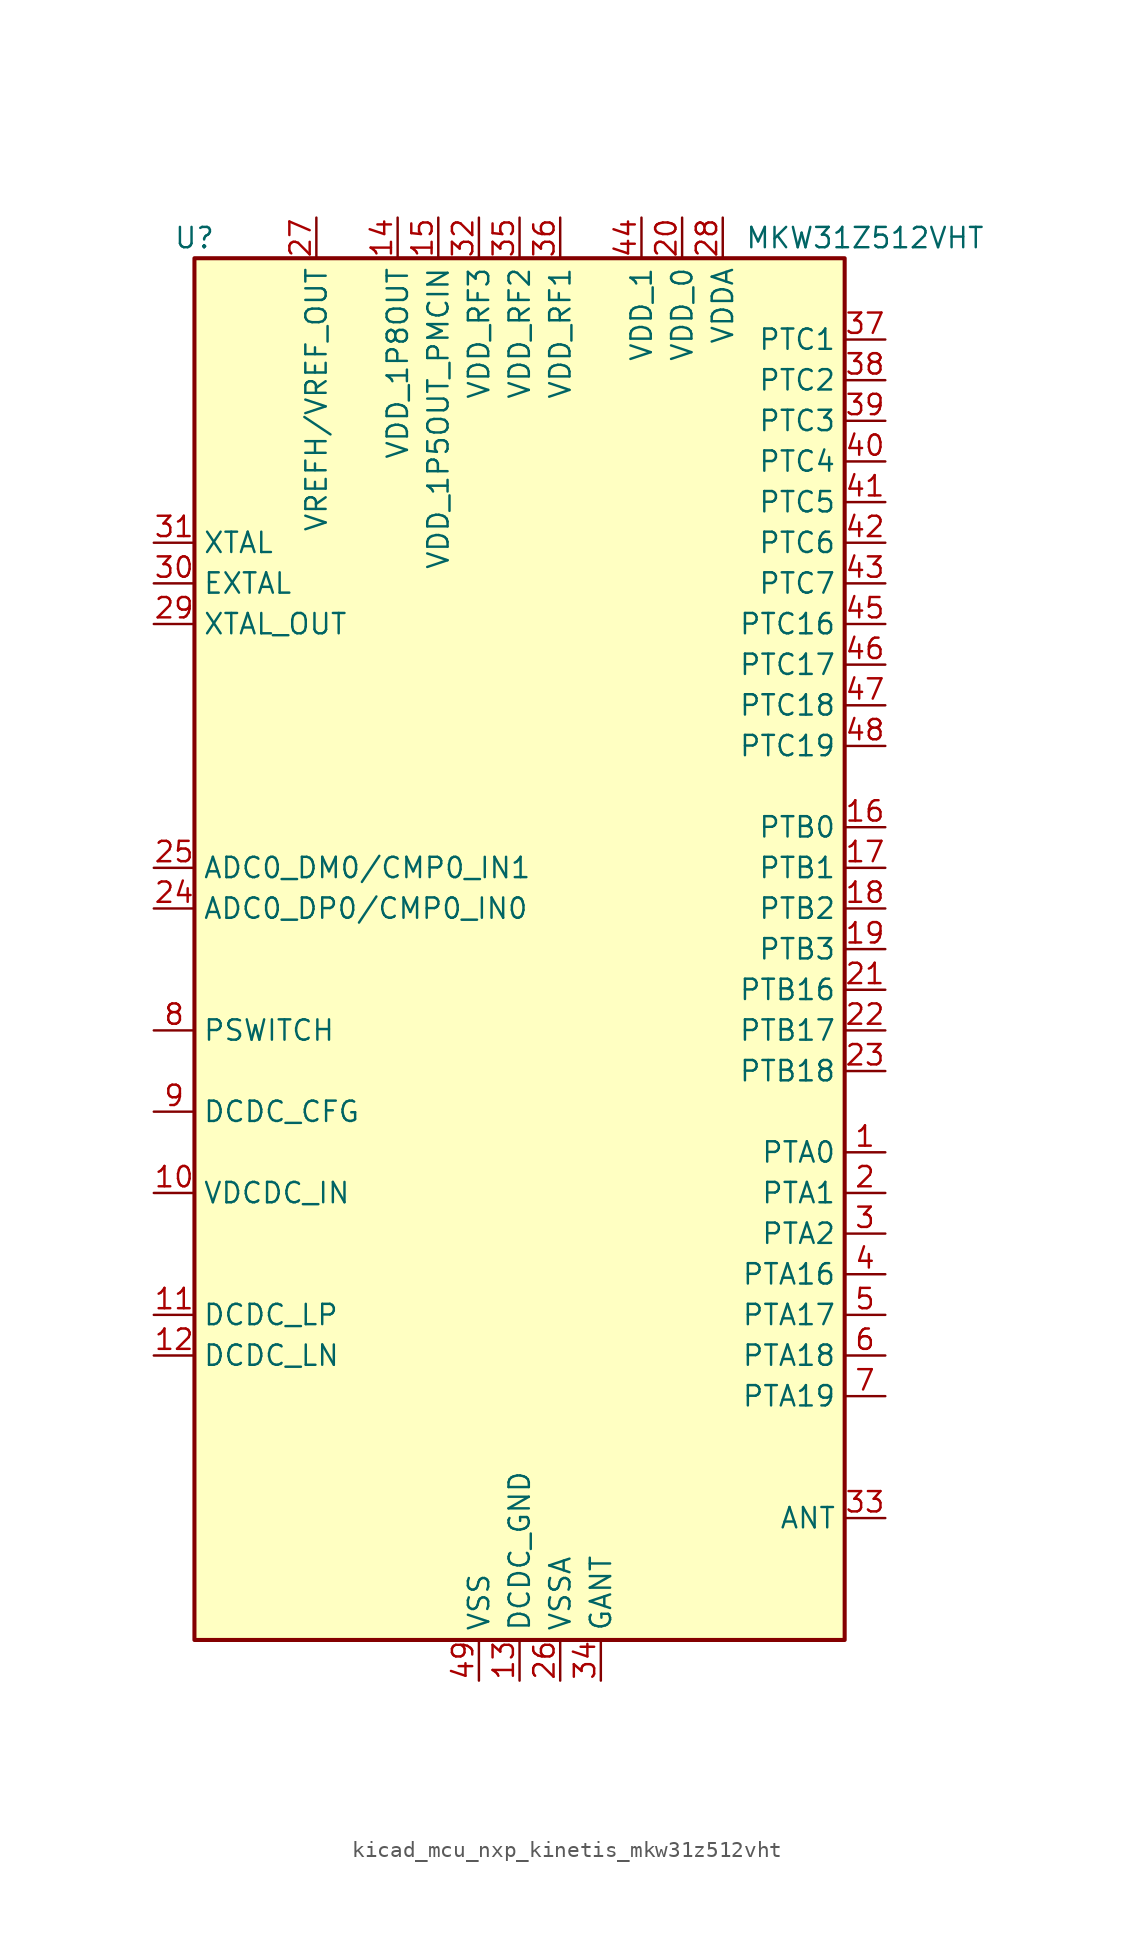
<source format=kicad_sym>
(kicad_symbol_lib
  (version 20220914)
  (generator kicad_symbol_editor)
  (symbol "kicad_mcu_nxp_kinetis_mkw31z512vht"
    (property "Reference" "U"
      (at -20.32 44.45 0)
      (effects (font (size 1.27 1.27))))
    (property "Value" "MKW31Z512VHT"
      (at 21.59 44.45 0)
      (effects (font (size 1.27 1.27))))
    (symbol "kicad_mcu_nxp_kinetis_mkw31z512vht_0_0"
      (pin bidirectional line (at 22.86 -12.7 180) (length 2.54) (name "PTA0" (effects (font (size 1.27 1.27)))) (number "1" (effects (font (size 1.27 1.27)))))
      (pin power_in line (at -22.86 -15.24 0) (length 2.54) (name "VDCDC_IN" (effects (font (size 1.27 1.27)))) (number "10" (effects (font (size 1.27 1.27)))))
      (pin passive line (at -22.86 -22.86 0) (length 2.54) (name "DCDC_LP" (effects (font (size 1.27 1.27)))) (number "11" (effects (font (size 1.27 1.27)))))
      (pin passive line (at -22.86 -25.4 0) (length 2.54) (name "DCDC_LN" (effects (font (size 1.27 1.27)))) (number "12" (effects (font (size 1.27 1.27)))))
      (pin power_in line (at 0 -45.72 90) (length 2.54) (name "DCDC_GND" (effects (font (size 1.27 1.27)))) (number "13" (effects (font (size 1.27 1.27)))))
      (pin power_out line (at -7.62 45.72 270) (length 2.54) (name "VDD_1P8OUT" (effects (font (size 1.27 1.27)))) (number "14" (effects (font (size 1.27 1.27)))))
      (pin power_out line (at -5.08 45.72 270) (length 2.54) (name "VDD_1P5OUT_PMCIN" (effects (font (size 1.27 1.27)))) (number "15" (effects (font (size 1.27 1.27)))))
      (pin bidirectional line (at 22.86 7.62 180) (length 2.54) (name "PTB0" (effects (font (size 1.27 1.27)))) (number "16" (effects (font (size 1.27 1.27)))))
      (pin bidirectional line (at 22.86 5.08 180) (length 2.54) (name "PTB1" (effects (font (size 1.27 1.27)))) (number "17" (effects (font (size 1.27 1.27)))))
      (pin bidirectional line (at 22.86 2.54 180) (length 2.54) (name "PTB2" (effects (font (size 1.27 1.27)))) (number "18" (effects (font (size 1.27 1.27)))))
      (pin bidirectional line (at 22.86 0 180) (length 2.54) (name "PTB3" (effects (font (size 1.27 1.27)))) (number "19" (effects (font (size 1.27 1.27)))))
      (pin bidirectional line (at 22.86 -15.24 180) (length 2.54) (name "PTA1" (effects (font (size 1.27 1.27)))) (number "2" (effects (font (size 1.27 1.27)))))
      (pin power_in line (at 10.16 45.72 270) (length 2.54) (name "VDD_0" (effects (font (size 1.27 1.27)))) (number "20" (effects (font (size 1.27 1.27)))))
      (pin bidirectional line (at 22.86 -2.54 180) (length 2.54) (name "PTB16" (effects (font (size 1.27 1.27)))) (number "21" (effects (font (size 1.27 1.27)))))
      (pin bidirectional line (at 22.86 -5.08 180) (length 2.54) (name "PTB17" (effects (font (size 1.27 1.27)))) (number "22" (effects (font (size 1.27 1.27)))))
      (pin bidirectional line (at 22.86 -7.62 180) (length 2.54) (name "PTB18" (effects (font (size 1.27 1.27)))) (number "23" (effects (font (size 1.27 1.27)))))
      (pin input line (at -22.86 2.54 0) (length 2.54) (name "ADC0_DP0/CMP0_IN0" (effects (font (size 1.27 1.27)))) (number "24" (effects (font (size 1.27 1.27)))))
      (pin input line (at -22.86 5.08 0) (length 2.54) (name "ADC0_DM0/CMP0_IN1" (effects (font (size 1.27 1.27)))) (number "25" (effects (font (size 1.27 1.27)))))
      (pin power_in line (at 2.54 -45.72 90) (length 2.54) (name "VSSA" (effects (font (size 1.27 1.27)))) (number "26" (effects (font (size 1.27 1.27)))))
      (pin bidirectional line (at -12.7 45.72 270) (length 2.54) (name "VREFH/VREF_OUT" (effects (font (size 1.27 1.27)))) (number "27" (effects (font (size 1.27 1.27)))))
      (pin power_in line (at 12.7 45.72 270) (length 2.54) (name "VDDA" (effects (font (size 1.27 1.27)))) (number "28" (effects (font (size 1.27 1.27)))))
      (pin output line (at -22.86 20.32 0) (length 2.54) (name "XTAL_OUT" (effects (font (size 1.27 1.27)))) (number "29" (effects (font (size 1.27 1.27)))))
      (pin bidirectional line (at 22.86 -17.78 180) (length 2.54) (name "PTA2" (effects (font (size 1.27 1.27)))) (number "3" (effects (font (size 1.27 1.27)))))
      (pin input line (at -22.86 22.86 0) (length 2.54) (name "EXTAL" (effects (font (size 1.27 1.27)))) (number "30" (effects (font (size 1.27 1.27)))))
      (pin input line (at -22.86 25.4 0) (length 2.54) (name "XTAL" (effects (font (size 1.27 1.27)))) (number "31" (effects (font (size 1.27 1.27)))))
      (pin power_in line (at -2.54 45.72 270) (length 2.54) (name "VDD_RF3" (effects (font (size 1.27 1.27)))) (number "32" (effects (font (size 1.27 1.27)))))
      (pin passive line (at 22.86 -35.56 180) (length 2.54) (name "ANT" (effects (font (size 1.27 1.27)))) (number "33" (effects (font (size 1.27 1.27)))))
      (pin power_in line (at 5.08 -45.72 90) (length 2.54) (name "GANT" (effects (font (size 1.27 1.27)))) (number "34" (effects (font (size 1.27 1.27)))))
      (pin power_in line (at 0 45.72 270) (length 2.54) (name "VDD_RF2" (effects (font (size 1.27 1.27)))) (number "35" (effects (font (size 1.27 1.27)))))
      (pin power_in line (at 2.54 45.72 270) (length 2.54) (name "VDD_RF1" (effects (font (size 1.27 1.27)))) (number "36" (effects (font (size 1.27 1.27)))))
      (pin bidirectional line (at 22.86 38.1 180) (length 2.54) (name "PTC1" (effects (font (size 1.27 1.27)))) (number "37" (effects (font (size 1.27 1.27)))))
      (pin bidirectional line (at 22.86 35.56 180) (length 2.54) (name "PTC2" (effects (font (size 1.27 1.27)))) (number "38" (effects (font (size 1.27 1.27)))))
      (pin bidirectional line (at 22.86 33.02 180) (length 2.54) (name "PTC3" (effects (font (size 1.27 1.27)))) (number "39" (effects (font (size 1.27 1.27)))))
      (pin bidirectional line (at 22.86 -20.32 180) (length 2.54) (name "PTA16" (effects (font (size 1.27 1.27)))) (number "4" (effects (font (size 1.27 1.27)))))
      (pin bidirectional line (at 22.86 30.48 180) (length 2.54) (name "PTC4" (effects (font (size 1.27 1.27)))) (number "40" (effects (font (size 1.27 1.27)))))
      (pin bidirectional line (at 22.86 27.94 180) (length 2.54) (name "PTC5" (effects (font (size 1.27 1.27)))) (number "41" (effects (font (size 1.27 1.27)))))
      (pin bidirectional line (at 22.86 25.4 180) (length 2.54) (name "PTC6" (effects (font (size 1.27 1.27)))) (number "42" (effects (font (size 1.27 1.27)))))
      (pin bidirectional line (at 22.86 22.86 180) (length 2.54) (name "PTC7" (effects (font (size 1.27 1.27)))) (number "43" (effects (font (size 1.27 1.27)))))
      (pin power_in line (at 7.62 45.72 270) (length 2.54) (name "VDD_1" (effects (font (size 1.27 1.27)))) (number "44" (effects (font (size 1.27 1.27)))))
      (pin bidirectional line (at 22.86 20.32 180) (length 2.54) (name "PTC16" (effects (font (size 1.27 1.27)))) (number "45" (effects (font (size 1.27 1.27)))))
      (pin bidirectional line (at 22.86 17.78 180) (length 2.54) (name "PTC17" (effects (font (size 1.27 1.27)))) (number "46" (effects (font (size 1.27 1.27)))))
      (pin bidirectional line (at 22.86 15.24 180) (length 2.54) (name "PTC18" (effects (font (size 1.27 1.27)))) (number "47" (effects (font (size 1.27 1.27)))))
      (pin bidirectional line (at 22.86 12.7 180) (length 2.54) (name "PTC19" (effects (font (size 1.27 1.27)))) (number "48" (effects (font (size 1.27 1.27)))))
      (pin power_in line (at -2.54 -45.72 90) (length 2.54) (name "VSS" (effects (font (size 1.27 1.27)))) (number "49" (effects (font (size 1.27 1.27)))))
      (pin bidirectional line (at 22.86 -22.86 180) (length 2.54) (name "PTA17" (effects (font (size 1.27 1.27)))) (number "5" (effects (font (size 1.27 1.27)))))
      (pin bidirectional line (at 22.86 -25.4 180) (length 2.54) (name "PTA18" (effects (font (size 1.27 1.27)))) (number "6" (effects (font (size 1.27 1.27)))))
      (pin bidirectional line (at 22.86 -27.94 180) (length 2.54) (name "PTA19" (effects (font (size 1.27 1.27)))) (number "7" (effects (font (size 1.27 1.27)))))
      (pin input line (at -22.86 -5.08 0) (length 2.54) (name "PSWITCH" (effects (font (size 1.27 1.27)))) (number "8" (effects (font (size 1.27 1.27)))))
      (pin input line (at -22.86 -10.16 0) (length 2.54) (name "DCDC_CFG" (effects (font (size 1.27 1.27)))) (number "9" (effects (font (size 1.27 1.27))))))
    (symbol "kicad_mcu_nxp_kinetis_mkw31z512vht_0_1"
      (rectangle (start -20.32 -43.18) (end 20.32 43.18) (stroke (width 0.254) (type default)) (fill (type background))))))
</source>
